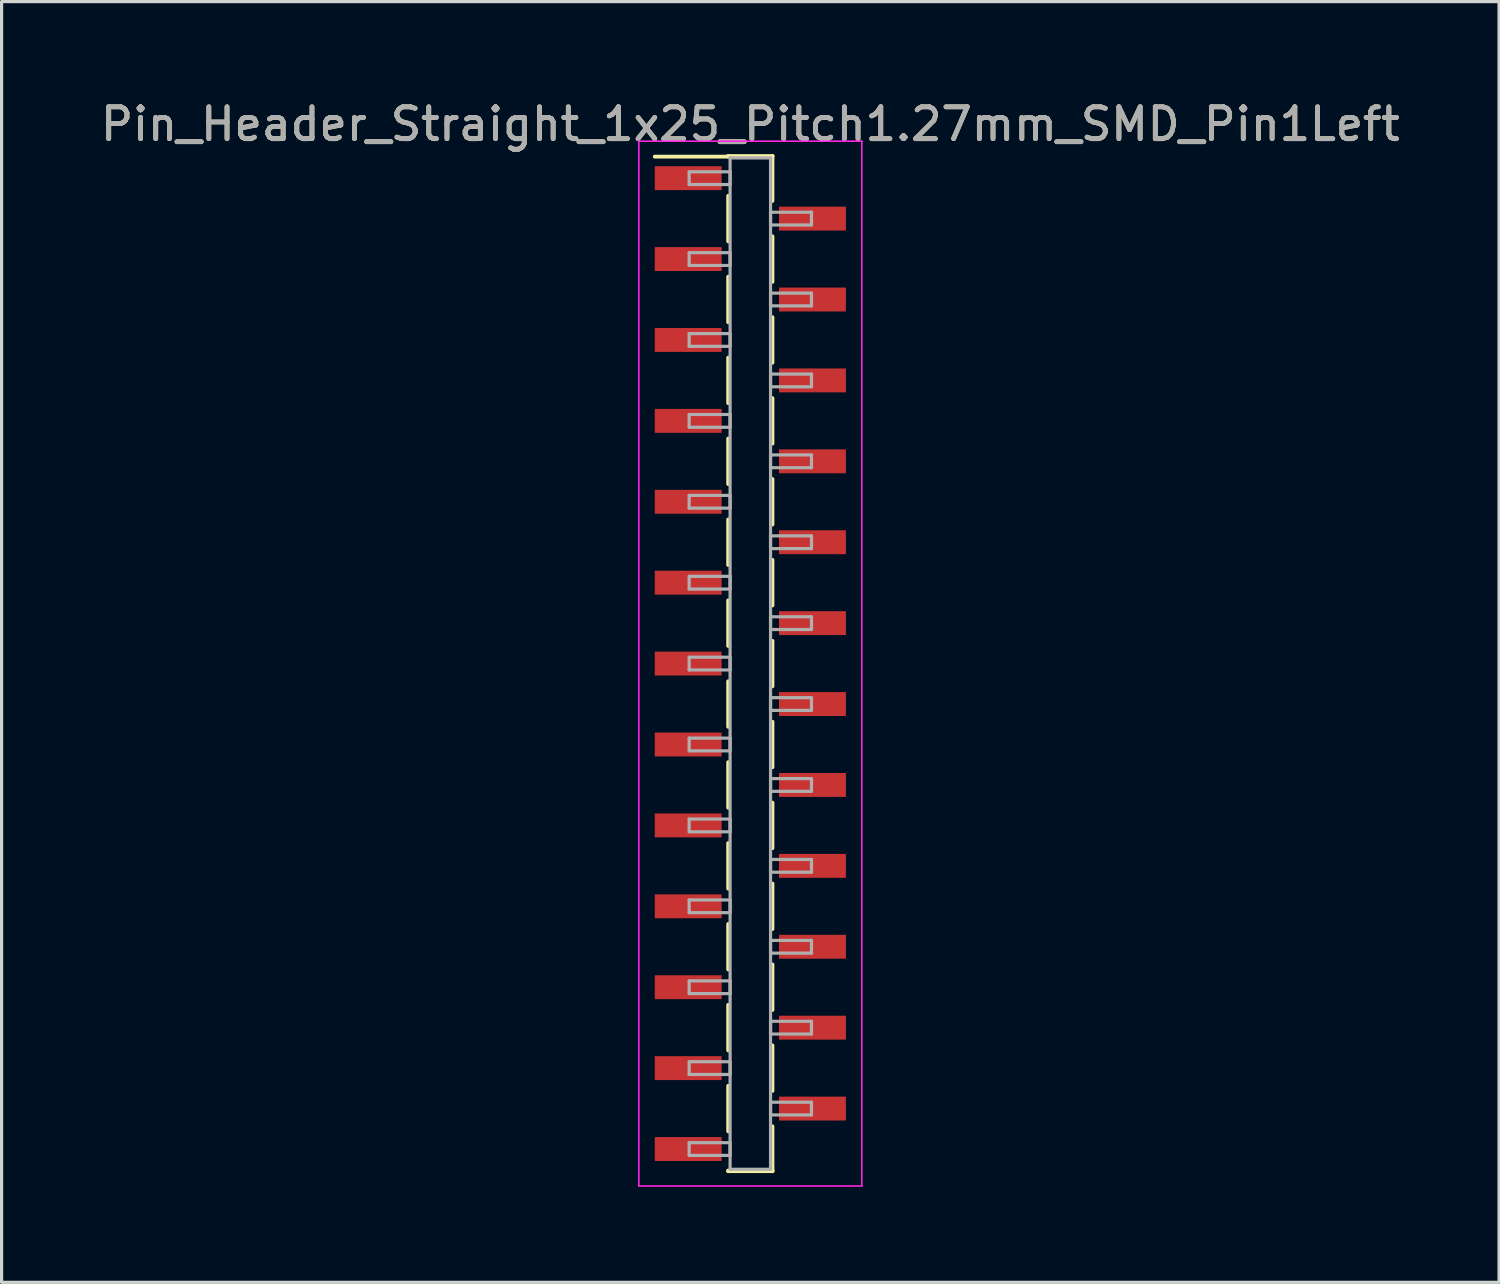
<source format=kicad_pcb>
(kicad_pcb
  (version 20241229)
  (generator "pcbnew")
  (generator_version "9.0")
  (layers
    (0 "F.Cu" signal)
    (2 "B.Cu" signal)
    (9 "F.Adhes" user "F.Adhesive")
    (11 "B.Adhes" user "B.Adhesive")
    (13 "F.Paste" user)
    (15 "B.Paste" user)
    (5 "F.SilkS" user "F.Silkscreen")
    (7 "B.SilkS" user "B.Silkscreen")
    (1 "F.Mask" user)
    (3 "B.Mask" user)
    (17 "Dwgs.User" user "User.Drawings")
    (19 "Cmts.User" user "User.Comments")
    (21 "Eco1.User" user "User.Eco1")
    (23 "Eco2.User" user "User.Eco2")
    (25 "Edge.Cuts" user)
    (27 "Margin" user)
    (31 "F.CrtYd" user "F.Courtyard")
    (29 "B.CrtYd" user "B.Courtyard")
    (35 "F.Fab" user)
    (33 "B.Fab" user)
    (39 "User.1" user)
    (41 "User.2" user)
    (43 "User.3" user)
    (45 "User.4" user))
  (footprint "Pin_Header_Straight_1x25_Pitch1.27mm_SMD_Pin1Left"
    (layer "F.Cu")
    (at 20.506 17.783)
    (property "Reference" "Pin_Header_Straight_1x25_Pitch1.27mm_SMD_Pin1Left" (at 0 -16.935 0) (layer "F.SilkS") (effects (font (size 1 1) (thickness 0.15))))
    (attr smd)
    (fp_line (start -0.695 -15.935) (end 0.695 -15.935) (stroke (width 0.12) (type solid)) (layer "F.SilkS"))
    (fp_line (start -0.695 -15.915) (end -3 -15.915) (stroke (width 0.12) (type solid)) (layer "F.SilkS"))
    (fp_line (start -0.695 -15.915) (end -0.695 -15.935) (stroke (width 0.12) (type solid)) (layer "F.SilkS"))
    (fp_line (start -0.695 -14.685) (end -0.695 -13.255) (stroke (width 0.12) (type solid)) (layer "F.SilkS"))
    (fp_line (start -0.695 -12.145) (end -0.695 -10.715) (stroke (width 0.12) (type solid)) (layer "F.SilkS"))
    (fp_line (start -0.695 -9.605) (end -0.695 -8.175) (stroke (width 0.12) (type solid)) (layer "F.SilkS"))
    (fp_line (start -0.695 -7.065) (end -0.695 -5.635) (stroke (width 0.12) (type solid)) (layer "F.SilkS"))
    (fp_line (start -0.695 -4.525) (end -0.695 -3.095) (stroke (width 0.12) (type solid)) (layer "F.SilkS"))
    (fp_line (start -0.695 -1.985) (end -0.695 -0.555) (stroke (width 0.12) (type solid)) (layer "F.SilkS"))
    (fp_line (start -0.695 0.555) (end -0.695 1.985) (stroke (width 0.12) (type solid)) (layer "F.SilkS"))
    (fp_line (start -0.695 3.095) (end -0.695 4.525) (stroke (width 0.12) (type solid)) (layer "F.SilkS"))
    (fp_line (start -0.695 5.635) (end -0.695 7.065) (stroke (width 0.12) (type solid)) (layer "F.SilkS"))
    (fp_line (start -0.695 8.175) (end -0.695 9.605) (stroke (width 0.12) (type solid)) (layer "F.SilkS"))
    (fp_line (start -0.695 10.715) (end -0.695 12.145) (stroke (width 0.12) (type solid)) (layer "F.SilkS"))
    (fp_line (start -0.695 13.255) (end -0.695 14.685) (stroke (width 0.12) (type solid)) (layer "F.SilkS"))
    (fp_line (start -0.695 15.915) (end -0.695 15.935) (stroke (width 0.12) (type solid)) (layer "F.SilkS"))
    (fp_line (start -0.695 15.935) (end 0.695 15.935) (stroke (width 0.12) (type solid)) (layer "F.SilkS"))
    (fp_line (start 0.695 -15.935) (end 0.695 -15.915) (stroke (width 0.12) (type solid)) (layer "F.SilkS"))
    (fp_line (start 0.695 -15.935) (end 0.695 -14.525) (stroke (width 0.12) (type solid)) (layer "F.SilkS"))
    (fp_line (start 0.695 -13.415) (end 0.695 -11.985) (stroke (width 0.12) (type solid)) (layer "F.SilkS"))
    (fp_line (start 0.695 -10.875) (end 0.695 -9.445) (stroke (width 0.12) (type solid)) (layer "F.SilkS"))
    (fp_line (start 0.695 -8.335) (end 0.695 -6.905) (stroke (width 0.12) (type solid)) (layer "F.SilkS"))
    (fp_line (start 0.695 -5.795) (end 0.695 -4.365) (stroke (width 0.12) (type solid)) (layer "F.SilkS"))
    (fp_line (start 0.695 -3.255) (end 0.695 -1.825) (stroke (width 0.12) (type solid)) (layer "F.SilkS"))
    (fp_line (start 0.695 -0.715) (end 0.695 0.715) (stroke (width 0.12) (type solid)) (layer "F.SilkS"))
    (fp_line (start 0.695 1.825) (end 0.695 3.255) (stroke (width 0.12) (type solid)) (layer "F.SilkS"))
    (fp_line (start 0.695 4.365) (end 0.695 5.795) (stroke (width 0.12) (type solid)) (layer "F.SilkS"))
    (fp_line (start 0.695 6.905) (end 0.695 8.335) (stroke (width 0.12) (type solid)) (layer "F.SilkS"))
    (fp_line (start 0.695 9.445) (end 0.695 10.875) (stroke (width 0.12) (type solid)) (layer "F.SilkS"))
    (fp_line (start 0.695 11.985) (end 0.695 13.415) (stroke (width 0.12) (type solid)) (layer "F.SilkS"))
    (fp_line (start 0.695 14.525) (end 0.695 15.935) (stroke (width 0.12) (type solid)) (layer "F.SilkS"))
    (fp_line (start 0.695 15.935) (end 0.695 15.915) (stroke (width 0.12) (type solid)) (layer "F.SilkS"))
    (fp_line (start -3.5 -16.4) (end -3.5 16.4) (stroke (width 0.05) (type solid)) (layer "F.CrtYd"))
    (fp_line (start -3.5 16.4) (end 3.5 16.4) (stroke (width 0.05) (type solid)) (layer "F.CrtYd"))
    (fp_line (start 3.5 -16.4) (end -3.5 -16.4) (stroke (width 0.05) (type solid)) (layer "F.CrtYd"))
    (fp_line (start 3.5 16.4) (end 3.5 -16.4) (stroke (width 0.05) (type solid)) (layer "F.CrtYd"))
    (fp_line (start -1.92 -15.44) (end -0.635 -15.44) (stroke (width 0.1) (type solid)) (layer "F.Fab"))
    (fp_line (start -1.92 -15.04) (end -1.92 -15.44) (stroke (width 0.1) (type solid)) (layer "F.Fab"))
    (fp_line (start -1.92 -12.9) (end -0.635 -12.9) (stroke (width 0.1) (type solid)) (layer "F.Fab"))
    (fp_line (start -1.92 -12.5) (end -1.92 -12.9) (stroke (width 0.1) (type solid)) (layer "F.Fab"))
    (fp_line (start -1.92 -10.36) (end -0.635 -10.36) (stroke (width 0.1) (type solid)) (layer "F.Fab"))
    (fp_line (start -1.92 -9.96) (end -1.92 -10.36) (stroke (width 0.1) (type solid)) (layer "F.Fab"))
    (fp_line (start -1.92 -7.82) (end -0.635 -7.82) (stroke (width 0.1) (type solid)) (layer "F.Fab"))
    (fp_line (start -1.92 -7.42) (end -1.92 -7.82) (stroke (width 0.1) (type solid)) (layer "F.Fab"))
    (fp_line (start -1.92 -5.28) (end -0.635 -5.28) (stroke (width 0.1) (type solid)) (layer "F.Fab"))
    (fp_line (start -1.92 -4.88) (end -1.92 -5.28) (stroke (width 0.1) (type solid)) (layer "F.Fab"))
    (fp_line (start -1.92 -2.74) (end -0.635 -2.74) (stroke (width 0.1) (type solid)) (layer "F.Fab"))
    (fp_line (start -1.92 -2.34) (end -1.92 -2.74) (stroke (width 0.1) (type solid)) (layer "F.Fab"))
    (fp_line (start -1.92 -0.2) (end -0.635 -0.2) (stroke (width 0.1) (type solid)) (layer "F.Fab"))
    (fp_line (start -1.92 0.2) (end -1.92 -0.2) (stroke (width 0.1) (type solid)) (layer "F.Fab"))
    (fp_line (start -1.92 2.34) (end -0.635 2.34) (stroke (width 0.1) (type solid)) (layer "F.Fab"))
    (fp_line (start -1.92 2.74) (end -1.92 2.34) (stroke (width 0.1) (type solid)) (layer "F.Fab"))
    (fp_line (start -1.92 4.88) (end -0.635 4.88) (stroke (width 0.1) (type solid)) (layer "F.Fab"))
    (fp_line (start -1.92 5.28) (end -1.92 4.88) (stroke (width 0.1) (type solid)) (layer "F.Fab"))
    (fp_line (start -1.92 7.42) (end -0.635 7.42) (stroke (width 0.1) (type solid)) (layer "F.Fab"))
    (fp_line (start -1.92 7.82) (end -1.92 7.42) (stroke (width 0.1) (type solid)) (layer "F.Fab"))
    (fp_line (start -1.92 9.96) (end -0.635 9.96) (stroke (width 0.1) (type solid)) (layer "F.Fab"))
    (fp_line (start -1.92 10.36) (end -1.92 9.96) (stroke (width 0.1) (type solid)) (layer "F.Fab"))
    (fp_line (start -1.92 12.5) (end -0.635 12.5) (stroke (width 0.1) (type solid)) (layer "F.Fab"))
    (fp_line (start -1.92 12.9) (end -1.92 12.5) (stroke (width 0.1) (type solid)) (layer "F.Fab"))
    (fp_line (start -1.92 15.04) (end -0.635 15.04) (stroke (width 0.1) (type solid)) (layer "F.Fab"))
    (fp_line (start -1.92 15.44) (end -1.92 15.04) (stroke (width 0.1) (type solid)) (layer "F.Fab"))
    (fp_line (start -0.635 -15.875) (end -0.635 15.875) (stroke (width 0.1) (type solid)) (layer "F.Fab"))
    (fp_line (start -0.635 -15.44) (end -0.635 -15.04) (stroke (width 0.1) (type solid)) (layer "F.Fab"))
    (fp_line (start -0.635 -15.04) (end -1.92 -15.04) (stroke (width 0.1) (type solid)) (layer "F.Fab"))
    (fp_line (start -0.635 -12.9) (end -0.635 -12.5) (stroke (width 0.1) (type solid)) (layer "F.Fab"))
    (fp_line (start -0.635 -12.5) (end -1.92 -12.5) (stroke (width 0.1) (type solid)) (layer "F.Fab"))
    (fp_line (start -0.635 -10.36) (end -0.635 -9.96) (stroke (width 0.1) (type solid)) (layer "F.Fab"))
    (fp_line (start -0.635 -9.96) (end -1.92 -9.96) (stroke (width 0.1) (type solid)) (layer "F.Fab"))
    (fp_line (start -0.635 -7.82) (end -0.635 -7.42) (stroke (width 0.1) (type solid)) (layer "F.Fab"))
    (fp_line (start -0.635 -7.42) (end -1.92 -7.42) (stroke (width 0.1) (type solid)) (layer "F.Fab"))
    (fp_line (start -0.635 -5.28) (end -0.635 -4.88) (stroke (width 0.1) (type solid)) (layer "F.Fab"))
    (fp_line (start -0.635 -4.88) (end -1.92 -4.88) (stroke (width 0.1) (type solid)) (layer "F.Fab"))
    (fp_line (start -0.635 -2.74) (end -0.635 -2.34) (stroke (width 0.1) (type solid)) (layer "F.Fab"))
    (fp_line (start -0.635 -2.34) (end -1.92 -2.34) (stroke (width 0.1) (type solid)) (layer "F.Fab"))
    (fp_line (start -0.635 -0.2) (end -0.635 0.2) (stroke (width 0.1) (type solid)) (layer "F.Fab"))
    (fp_line (start -0.635 0.2) (end -1.92 0.2) (stroke (width 0.1) (type solid)) (layer "F.Fab"))
    (fp_line (start -0.635 2.34) (end -0.635 2.74) (stroke (width 0.1) (type solid)) (layer "F.Fab"))
    (fp_line (start -0.635 2.74) (end -1.92 2.74) (stroke (width 0.1) (type solid)) (layer "F.Fab"))
    (fp_line (start -0.635 4.88) (end -0.635 5.28) (stroke (width 0.1) (type solid)) (layer "F.Fab"))
    (fp_line (start -0.635 5.28) (end -1.92 5.28) (stroke (width 0.1) (type solid)) (layer "F.Fab"))
    (fp_line (start -0.635 7.42) (end -0.635 7.82) (stroke (width 0.1) (type solid)) (layer "F.Fab"))
    (fp_line (start -0.635 7.82) (end -1.92 7.82) (stroke (width 0.1) (type solid)) (layer "F.Fab"))
    (fp_line (start -0.635 9.96) (end -0.635 10.36) (stroke (width 0.1) (type solid)) (layer "F.Fab"))
    (fp_line (start -0.635 10.36) (end -1.92 10.36) (stroke (width 0.1) (type solid)) (layer "F.Fab"))
    (fp_line (start -0.635 12.5) (end -0.635 12.9) (stroke (width 0.1) (type solid)) (layer "F.Fab"))
    (fp_line (start -0.635 12.9) (end -1.92 12.9) (stroke (width 0.1) (type solid)) (layer "F.Fab"))
    (fp_line (start -0.635 15.04) (end -0.635 15.44) (stroke (width 0.1) (type solid)) (layer "F.Fab"))
    (fp_line (start -0.635 15.44) (end -1.92 15.44) (stroke (width 0.1) (type solid)) (layer "F.Fab"))
    (fp_line (start -0.635 15.875) (end 0.635 15.875) (stroke (width 0.1) (type solid)) (layer "F.Fab"))
    (fp_line (start 0.635 -15.875) (end -0.635 -15.875) (stroke (width 0.1) (type solid)) (layer "F.Fab"))
    (fp_line (start 0.635 -14.17) (end 0.635 -13.77) (stroke (width 0.1) (type solid)) (layer "F.Fab"))
    (fp_line (start 0.635 -13.77) (end 1.92 -13.77) (stroke (width 0.1) (type solid)) (layer "F.Fab"))
    (fp_line (start 0.635 -11.63) (end 0.635 -11.23) (stroke (width 0.1) (type solid)) (layer "F.Fab"))
    (fp_line (start 0.635 -11.23) (end 1.92 -11.23) (stroke (width 0.1) (type solid)) (layer "F.Fab"))
    (fp_line (start 0.635 -9.09) (end 0.635 -8.69) (stroke (width 0.1) (type solid)) (layer "F.Fab"))
    (fp_line (start 0.635 -8.69) (end 1.92 -8.69) (stroke (width 0.1) (type solid)) (layer "F.Fab"))
    (fp_line (start 0.635 -6.55) (end 0.635 -6.15) (stroke (width 0.1) (type solid)) (layer "F.Fab"))
    (fp_line (start 0.635 -6.15) (end 1.92 -6.15) (stroke (width 0.1) (type solid)) (layer "F.Fab"))
    (fp_line (start 0.635 -4.01) (end 0.635 -3.61) (stroke (width 0.1) (type solid)) (layer "F.Fab"))
    (fp_line (start 0.635 -3.61) (end 1.92 -3.61) (stroke (width 0.1) (type solid)) (layer "F.Fab"))
    (fp_line (start 0.635 -1.47) (end 0.635 -1.07) (stroke (width 0.1) (type solid)) (layer "F.Fab"))
    (fp_line (start 0.635 -1.07) (end 1.92 -1.07) (stroke (width 0.1) (type solid)) (layer "F.Fab"))
    (fp_line (start 0.635 1.07) (end 0.635 1.47) (stroke (width 0.1) (type solid)) (layer "F.Fab"))
    (fp_line (start 0.635 1.47) (end 1.92 1.47) (stroke (width 0.1) (type solid)) (layer "F.Fab"))
    (fp_line (start 0.635 3.61) (end 0.635 4.01) (stroke (width 0.1) (type solid)) (layer "F.Fab"))
    (fp_line (start 0.635 4.01) (end 1.92 4.01) (stroke (width 0.1) (type solid)) (layer "F.Fab"))
    (fp_line (start 0.635 6.15) (end 0.635 6.55) (stroke (width 0.1) (type solid)) (layer "F.Fab"))
    (fp_line (start 0.635 6.55) (end 1.92 6.55) (stroke (width 0.1) (type solid)) (layer "F.Fab"))
    (fp_line (start 0.635 8.69) (end 0.635 9.09) (stroke (width 0.1) (type solid)) (layer "F.Fab"))
    (fp_line (start 0.635 9.09) (end 1.92 9.09) (stroke (width 0.1) (type solid)) (layer "F.Fab"))
    (fp_line (start 0.635 11.23) (end 0.635 11.63) (stroke (width 0.1) (type solid)) (layer "F.Fab"))
    (fp_line (start 0.635 11.63) (end 1.92 11.63) (stroke (width 0.1) (type solid)) (layer "F.Fab"))
    (fp_line (start 0.635 13.77) (end 0.635 14.17) (stroke (width 0.1) (type solid)) (layer "F.Fab"))
    (fp_line (start 0.635 14.17) (end 1.92 14.17) (stroke (width 0.1) (type solid)) (layer "F.Fab"))
    (fp_line (start 0.635 15.875) (end 0.635 -15.875) (stroke (width 0.1) (type solid)) (layer "F.Fab"))
    (fp_line (start 1.92 -14.17) (end 0.635 -14.17) (stroke (width 0.1) (type solid)) (layer "F.Fab"))
    (fp_line (start 1.92 -13.77) (end 1.92 -14.17) (stroke (width 0.1) (type solid)) (layer "F.Fab"))
    (fp_line (start 1.92 -11.63) (end 0.635 -11.63) (stroke (width 0.1) (type solid)) (layer "F.Fab"))
    (fp_line (start 1.92 -11.23) (end 1.92 -11.63) (stroke (width 0.1) (type solid)) (layer "F.Fab"))
    (fp_line (start 1.92 -9.09) (end 0.635 -9.09) (stroke (width 0.1) (type solid)) (layer "F.Fab"))
    (fp_line (start 1.92 -8.69) (end 1.92 -9.09) (stroke (width 0.1) (type solid)) (layer "F.Fab"))
    (fp_line (start 1.92 -6.55) (end 0.635 -6.55) (stroke (width 0.1) (type solid)) (layer "F.Fab"))
    (fp_line (start 1.92 -6.15) (end 1.92 -6.55) (stroke (width 0.1) (type solid)) (layer "F.Fab"))
    (fp_line (start 1.92 -4.01) (end 0.635 -4.01) (stroke (width 0.1) (type solid)) (layer "F.Fab"))
    (fp_line (start 1.92 -3.61) (end 1.92 -4.01) (stroke (width 0.1) (type solid)) (layer "F.Fab"))
    (fp_line (start 1.92 -1.47) (end 0.635 -1.47) (stroke (width 0.1) (type solid)) (layer "F.Fab"))
    (fp_line (start 1.92 -1.07) (end 1.92 -1.47) (stroke (width 0.1) (type solid)) (layer "F.Fab"))
    (fp_line (start 1.92 1.07) (end 0.635 1.07) (stroke (width 0.1) (type solid)) (layer "F.Fab"))
    (fp_line (start 1.92 1.47) (end 1.92 1.07) (stroke (width 0.1) (type solid)) (layer "F.Fab"))
    (fp_line (start 1.92 3.61) (end 0.635 3.61) (stroke (width 0.1) (type solid)) (layer "F.Fab"))
    (fp_line (start 1.92 4.01) (end 1.92 3.61) (stroke (width 0.1) (type solid)) (layer "F.Fab"))
    (fp_line (start 1.92 6.15) (end 0.635 6.15) (stroke (width 0.1) (type solid)) (layer "F.Fab"))
    (fp_line (start 1.92 6.55) (end 1.92 6.15) (stroke (width 0.1) (type solid)) (layer "F.Fab"))
    (fp_line (start 1.92 8.69) (end 0.635 8.69) (stroke (width 0.1) (type solid)) (layer "F.Fab"))
    (fp_line (start 1.92 9.09) (end 1.92 8.69) (stroke (width 0.1) (type solid)) (layer "F.Fab"))
    (fp_line (start 1.92 11.23) (end 0.635 11.23) (stroke (width 0.1) (type solid)) (layer "F.Fab"))
    (fp_line (start 1.92 11.63) (end 1.92 11.23) (stroke (width 0.1) (type solid)) (layer "F.Fab"))
    (fp_line (start 1.92 13.77) (end 0.635 13.77) (stroke (width 0.1) (type solid)) (layer "F.Fab"))
    (fp_line (start 1.92 14.17) (end 1.92 13.77) (stroke (width 0.1) (type solid)) (layer "F.Fab"))
    (fp_text user "${REFERENCE}" (at 0 -16.935 0) (layer "F.Fab") (effects (font (size 1 1) (thickness 0.15))))
    (pad "1" smd rect (at -1.95 -15.24) (size 2.1 0.75) (layers "F.Cu" "F.Mask" "F.Paste"))
    (pad "2" smd rect (at 1.95 -13.97) (size 2.1 0.75) (layers "F.Cu" "F.Mask" "F.Paste"))
    (pad "3" smd rect (at -1.95 -12.7) (size 2.1 0.75) (layers "F.Cu" "F.Mask" "F.Paste"))
    (pad "4" smd rect (at 1.95 -11.43) (size 2.1 0.75) (layers "F.Cu" "F.Mask" "F.Paste"))
    (pad "5" smd rect (at -1.95 -10.16) (size 2.1 0.75) (layers "F.Cu" "F.Mask" "F.Paste"))
    (pad "6" smd rect (at 1.95 -8.89) (size 2.1 0.75) (layers "F.Cu" "F.Mask" "F.Paste"))
    (pad "7" smd rect (at -1.95 -7.62) (size 2.1 0.75) (layers "F.Cu" "F.Mask" "F.Paste"))
    (pad "8" smd rect (at 1.95 -6.35) (size 2.1 0.75) (layers "F.Cu" "F.Mask" "F.Paste"))
    (pad "9" smd rect (at -1.95 -5.08) (size 2.1 0.75) (layers "F.Cu" "F.Mask" "F.Paste"))
    (pad "10" smd rect (at 1.95 -3.81) (size 2.1 0.75) (layers "F.Cu" "F.Mask" "F.Paste"))
    (pad "11" smd rect (at -1.95 -2.54) (size 2.1 0.75) (layers "F.Cu" "F.Mask" "F.Paste"))
    (pad "12" smd rect (at 1.95 -1.27) (size 2.1 0.75) (layers "F.Cu" "F.Mask" "F.Paste"))
    (pad "13" smd rect (at -1.95 0) (size 2.1 0.75) (layers "F.Cu" "F.Mask" "F.Paste"))
    (pad "14" smd rect (at 1.95 1.27) (size 2.1 0.75) (layers "F.Cu" "F.Mask" "F.Paste"))
    (pad "15" smd rect (at -1.95 2.54) (size 2.1 0.75) (layers "F.Cu" "F.Mask" "F.Paste"))
    (pad "16" smd rect (at 1.95 3.81) (size 2.1 0.75) (layers "F.Cu" "F.Mask" "F.Paste"))
    (pad "17" smd rect (at -1.95 5.08) (size 2.1 0.75) (layers "F.Cu" "F.Mask" "F.Paste"))
    (pad "18" smd rect (at 1.95 6.35) (size 2.1 0.75) (layers "F.Cu" "F.Mask" "F.Paste"))
    (pad "19" smd rect (at -1.95 7.62) (size 2.1 0.75) (layers "F.Cu" "F.Mask" "F.Paste"))
    (pad "20" smd rect (at 1.95 8.89) (size 2.1 0.75) (layers "F.Cu" "F.Mask" "F.Paste"))
    (pad "21" smd rect (at -1.95 10.16) (size 2.1 0.75) (layers "F.Cu" "F.Mask" "F.Paste"))
    (pad "22" smd rect (at 1.95 11.43) (size 2.1 0.75) (layers "F.Cu" "F.Mask" "F.Paste"))
    (pad "23" smd rect (at -1.95 12.7) (size 2.1 0.75) (layers "F.Cu" "F.Mask" "F.Paste"))
    (pad "24" smd rect (at 1.95 13.97) (size 2.1 0.75) (layers "F.Cu" "F.Mask" "F.Paste"))
    (pad "25" smd rect (at -1.95 15.24) (size 2.1 0.75) (layers "F.Cu" "F.Mask" "F.Paste")))
  (gr_rect
    (start -3 -3)
    (end 44.012 37.208)
    (stroke (width 0.1) (type default))
    (fill no)
    (layer "Edge.Cuts")))
</source>
